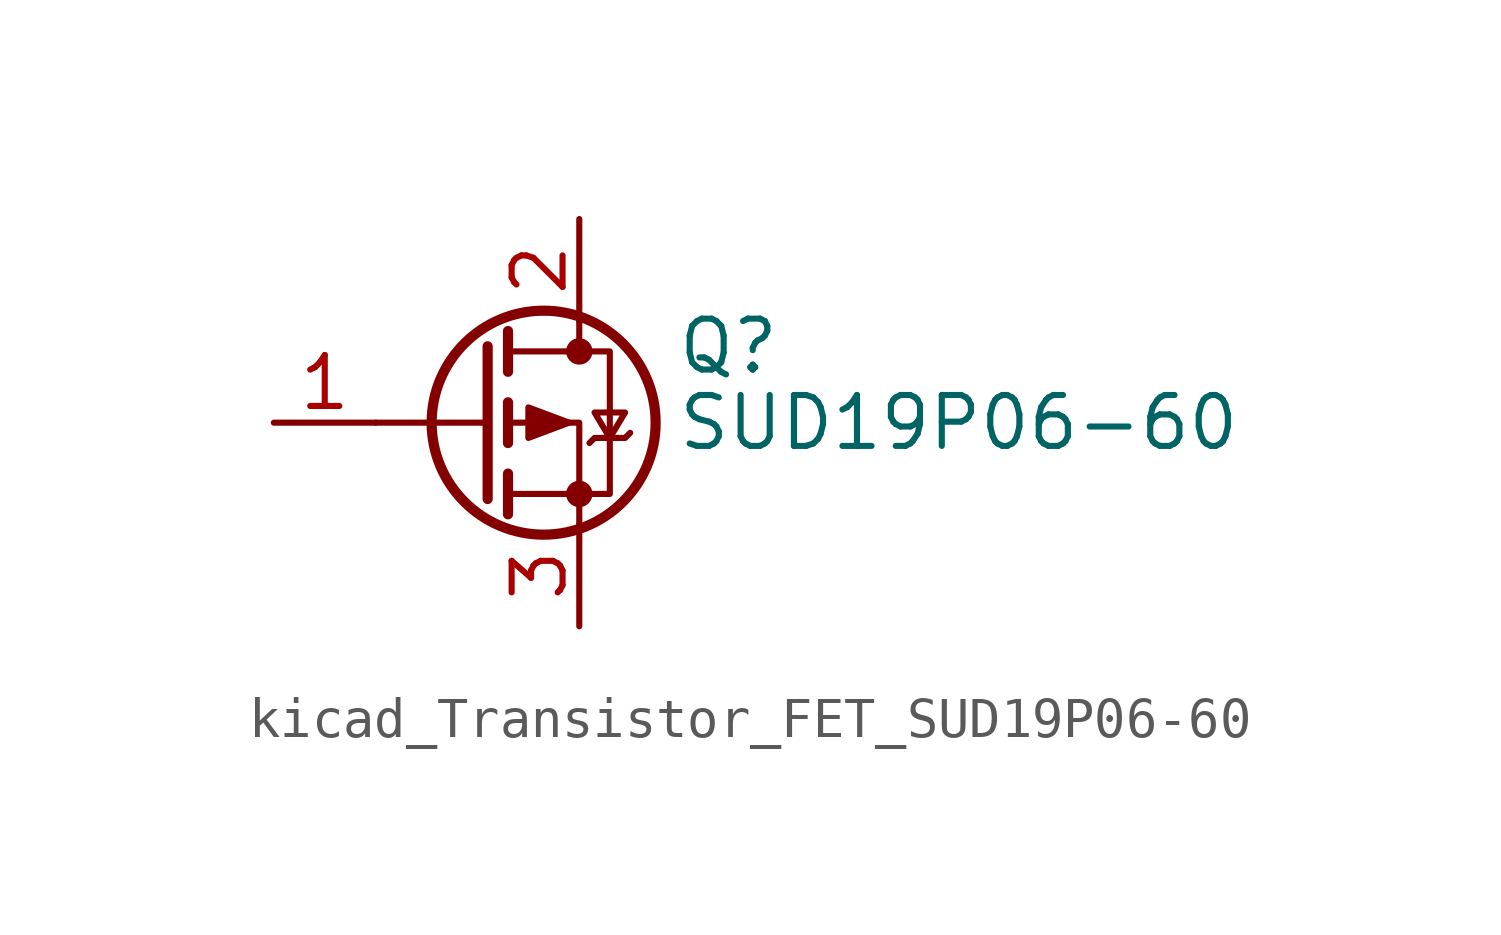
<source format=kicad_sym>
(kicad_symbol_lib
  (version 20220914)
  (generator kicad_symbol_editor)
  (symbol "kicad_Transistor_FET_SUD19P06-60"
    (pin_names hide)
    (property "Reference" "Q"
      (at 4.953 1.905 0)
      (effects (font (size 1.27 1.27)) (justify left)))
    (property "Value" "SUD19P06-60"
      (at 4.953 0 0)
      (effects (font (size 1.27 1.27)) (justify left)))
    (symbol "kicad_Transistor_FET_SUD19P06-60_0_1"
      (polyline (pts (xy 0.254 0) (xy -2.54 0)) (stroke (width 0) (type default)) (fill (type none)))
      (polyline (pts (xy 0.254 1.905) (xy 0.254 -1.905)) (stroke (width 0.254) (type default)) (fill (type none)))
      (polyline (pts (xy 0.762 -1.27) (xy 0.762 -2.286)) (stroke (width 0.254) (type default)) (fill (type none)))
      (polyline (pts (xy 0.762 0.508) (xy 0.762 -0.508)) (stroke (width 0.254) (type default)) (fill (type none)))
      (polyline (pts (xy 0.762 2.286) (xy 0.762 1.27)) (stroke (width 0.254) (type default)) (fill (type none)))
      (polyline (pts (xy 2.54 2.54) (xy 2.54 1.778)) (stroke (width 0) (type default)) (fill (type none)))
      (polyline (pts (xy 2.54 -2.54) (xy 2.54 0) (xy 0.762 0)) (stroke (width 0) (type default)) (fill (type none)))
      (polyline (pts (xy 0.762 1.778) (xy 3.302 1.778) (xy 3.302 -1.778) (xy 0.762 -1.778)) (stroke (width 0) (type default)) (fill (type none)))
      (polyline (pts (xy 2.286 0) (xy 1.27 0.381) (xy 1.27 -0.381) (xy 2.286 0)) (stroke (width 0) (type default)) (fill (type outline)))
      (polyline (pts (xy 2.794 -0.508) (xy 2.921 -0.381) (xy 3.683 -0.381) (xy 3.81 -0.254)) (stroke (width 0) (type default)) (fill (type none)))
      (polyline (pts (xy 3.302 -0.381) (xy 2.921 0.254) (xy 3.683 0.254) (xy 3.302 -0.381)) (stroke (width 0) (type default)) (fill (type none)))
      (circle (center 1.651 0) (radius 2.794) (stroke (width 0.254) (type default)) (fill (type none)))
      (circle (center 2.54 -1.778) (radius 0.254) (stroke (width 0) (type default)) (fill (type outline)))
      (circle (center 2.54 1.778) (radius 0.254) (stroke (width 0) (type default)) (fill (type outline))))
    (symbol "kicad_Transistor_FET_SUD19P06-60_1_1"
      (pin input line (at -5.08 0 0) (length 2.54) (name "G" (effects (font (size 1.27 1.27)))) (number "1" (effects (font (size 1.27 1.27)))))
      (pin passive line (at 2.54 5.08 270) (length 2.54) (name "D" (effects (font (size 1.27 1.27)))) (number "2" (effects (font (size 1.27 1.27)))))
      (pin passive line (at 2.54 -5.08 90) (length 2.54) (name "S" (effects (font (size 1.27 1.27)))) (number "3" (effects (font (size 1.27 1.27))))))))
</source>
